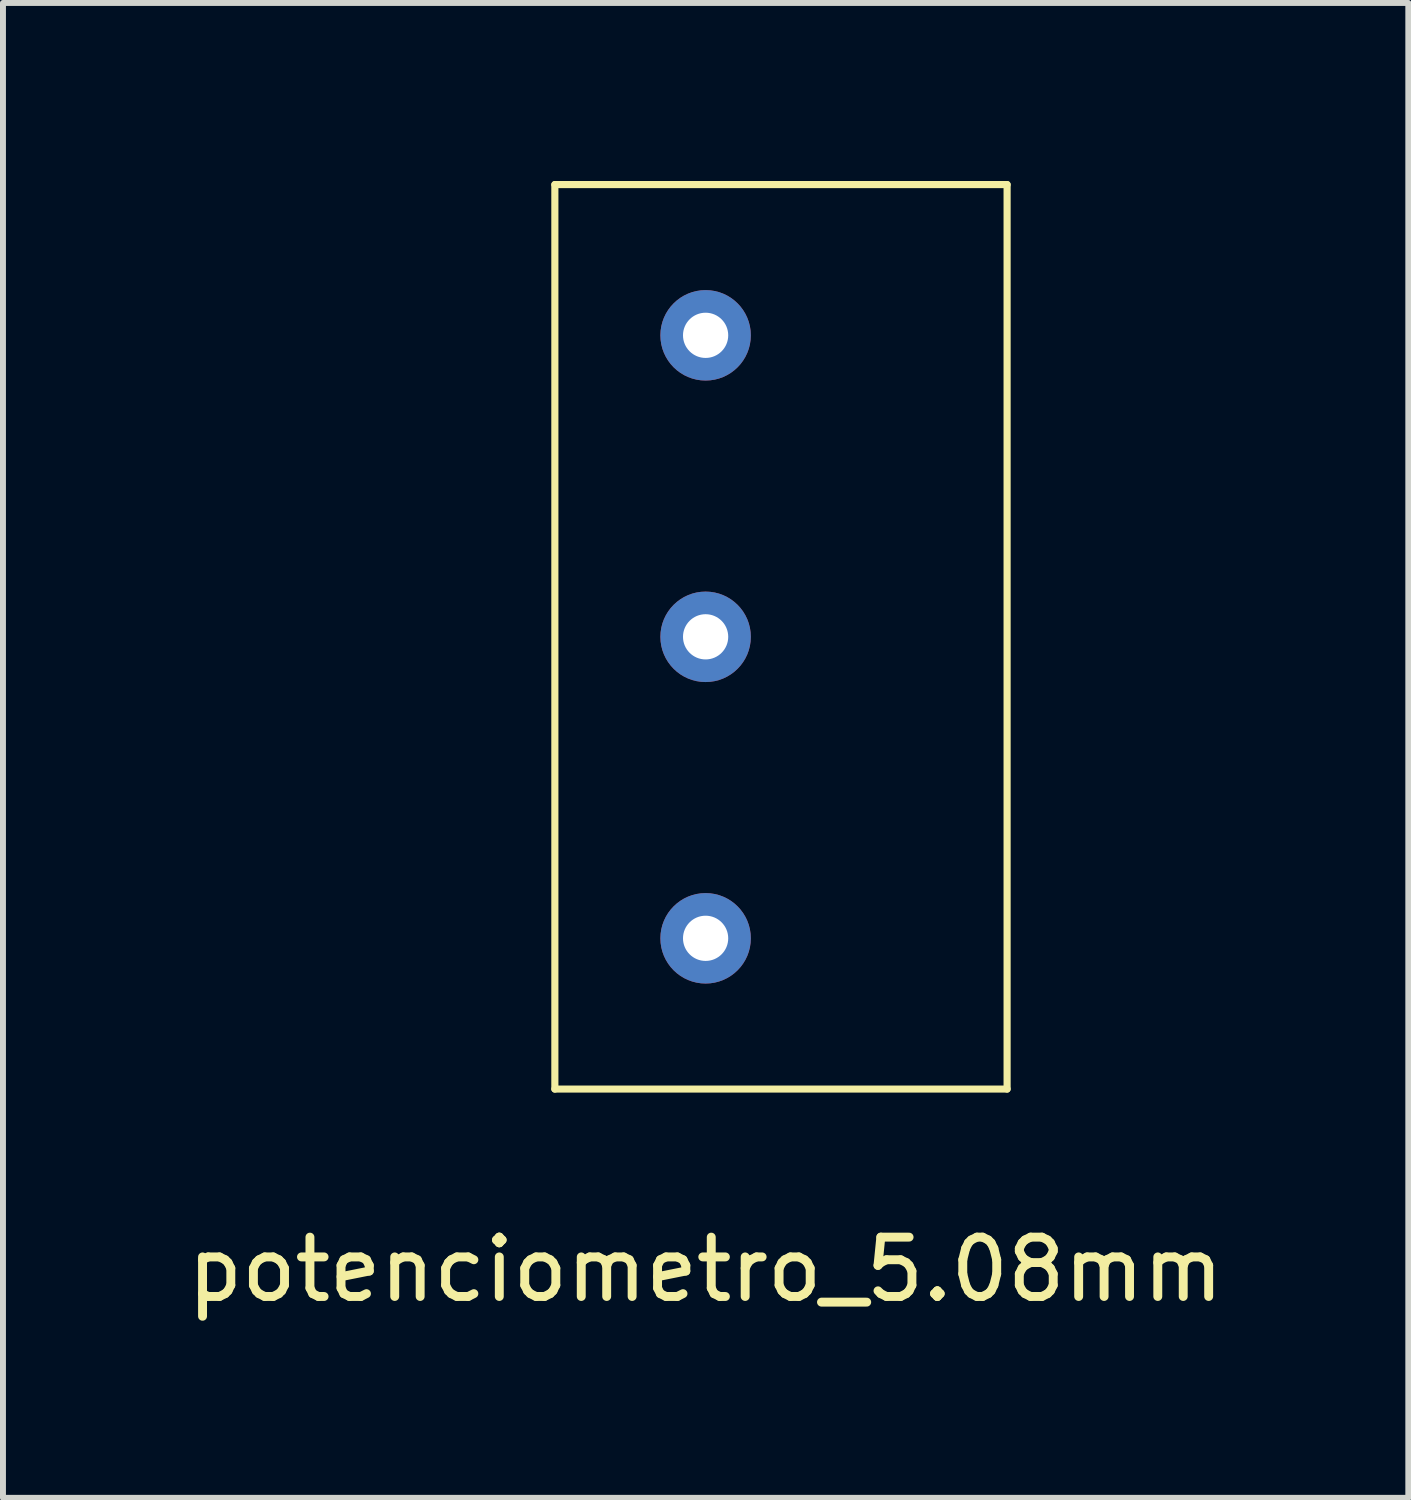
<source format=kicad_pcb>
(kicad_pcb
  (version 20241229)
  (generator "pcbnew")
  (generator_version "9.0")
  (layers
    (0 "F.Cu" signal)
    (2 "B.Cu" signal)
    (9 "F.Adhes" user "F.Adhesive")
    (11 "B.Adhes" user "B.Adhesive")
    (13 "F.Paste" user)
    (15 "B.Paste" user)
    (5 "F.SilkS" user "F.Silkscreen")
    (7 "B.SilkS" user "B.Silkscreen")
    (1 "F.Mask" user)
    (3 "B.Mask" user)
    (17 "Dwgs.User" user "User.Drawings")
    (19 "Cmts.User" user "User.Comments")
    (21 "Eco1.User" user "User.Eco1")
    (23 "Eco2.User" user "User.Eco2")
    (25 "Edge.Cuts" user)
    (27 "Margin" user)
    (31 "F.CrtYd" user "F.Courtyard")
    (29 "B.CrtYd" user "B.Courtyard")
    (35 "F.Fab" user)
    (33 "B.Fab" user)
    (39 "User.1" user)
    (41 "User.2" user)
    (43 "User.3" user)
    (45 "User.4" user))
  (footprint "potenciometro_5.08mm"
    (layer "F.Cu")
    (at 8.839 17.84)
    (property "Reference" "potenciometro_5.08mm" (at 0 0.5 0) (layer "F.SilkS") (effects (font (size 1 1) (thickness 0.15))))
    (attr through_hole)
    (fp_line (start -2.54 -17.78) (end 5.08 -17.78) (stroke (width 0.12) (type solid)) (layer "F.SilkS"))
    (fp_line (start -2.54 -2.54) (end -2.54 -17.78) (stroke (width 0.12) (type solid)) (layer "F.SilkS"))
    (fp_line (start 5.08 -17.78) (end 5.08 -2.54) (stroke (width 0.12) (type solid)) (layer "F.SilkS"))
    (fp_line (start 5.08 -2.54) (end -2.54 -2.54) (stroke (width 0.12) (type solid)) (layer "F.SilkS"))
    (pad "1" thru_hole circle (at 0 -15.24) (size 1.524 1.524) (drill 0.762) (layers "*.Cu" "*.Mask"))
    (pad "2" thru_hole circle (at 0 -10.16) (size 1.524 1.524) (drill 0.762) (layers "*.Cu" "*.Mask"))
    (pad "3" thru_hole circle (at 0 -5.08) (size 1.524 1.524) (drill 0.762) (layers "*.Cu" "*.Mask")))
  (gr_rect
    (start -3 -3)
    (end 20.679 22.188)
    (stroke (width 0.1) (type default))
    (fill no)
    (layer "Edge.Cuts")))
</source>
